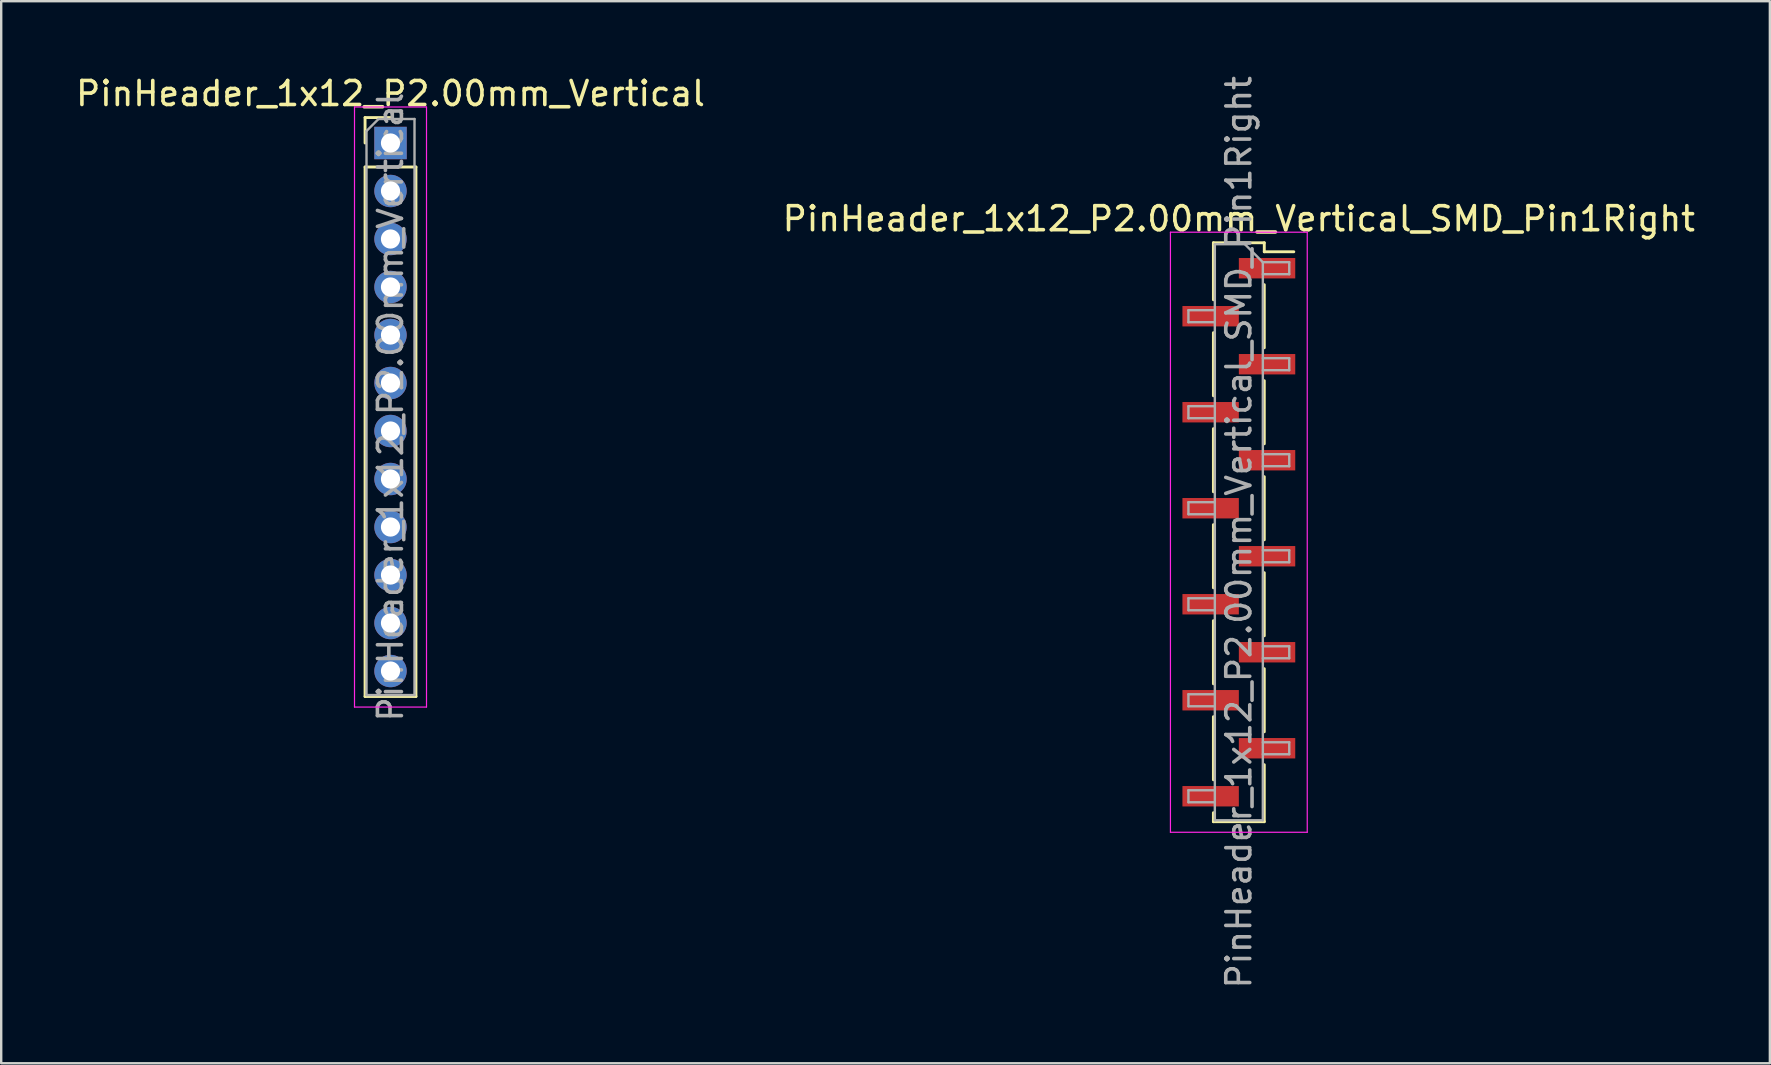
<source format=kicad_pcb>
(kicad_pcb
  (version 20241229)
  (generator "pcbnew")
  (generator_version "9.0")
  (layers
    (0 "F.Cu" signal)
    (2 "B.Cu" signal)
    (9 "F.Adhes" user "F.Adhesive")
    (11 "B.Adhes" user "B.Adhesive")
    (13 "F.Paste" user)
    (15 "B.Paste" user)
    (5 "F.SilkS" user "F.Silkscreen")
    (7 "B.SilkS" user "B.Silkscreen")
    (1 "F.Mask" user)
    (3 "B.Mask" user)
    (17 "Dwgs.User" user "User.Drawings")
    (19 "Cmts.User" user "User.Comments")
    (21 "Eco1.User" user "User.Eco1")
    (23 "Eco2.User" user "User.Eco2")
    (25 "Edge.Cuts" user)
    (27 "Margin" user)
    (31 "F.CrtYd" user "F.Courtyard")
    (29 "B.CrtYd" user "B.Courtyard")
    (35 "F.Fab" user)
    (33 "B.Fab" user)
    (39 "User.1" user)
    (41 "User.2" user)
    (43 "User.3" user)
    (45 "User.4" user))
  (footprint "PinHeader_1x12_P2.00mm_Vertical"
    (layer "F.Cu")
    (at 13.22 2.908)
    (property "Reference" "PinHeader_1x12_P2.00mm_Vertical" (at 0 -2.06 0) (layer "F.SilkS") (effects (font (size 1 1) (thickness 0.15))))
    (attr through_hole)
    (fp_line (start -1.06 -1.06) (end 0 -1.06) (stroke (width 0.12) (type solid)) (layer "F.SilkS"))
    (fp_line (start -1.06 0) (end -1.06 -1.06) (stroke (width 0.12) (type solid)) (layer "F.SilkS"))
    (fp_line (start -1.06 1) (end -1.06 23.06) (stroke (width 0.12) (type solid)) (layer "F.SilkS"))
    (fp_line (start -1.06 1) (end 1.06 1) (stroke (width 0.12) (type solid)) (layer "F.SilkS"))
    (fp_line (start -1.06 23.06) (end 1.06 23.06) (stroke (width 0.12) (type solid)) (layer "F.SilkS"))
    (fp_line (start 1.06 1) (end 1.06 23.06) (stroke (width 0.12) (type solid)) (layer "F.SilkS"))
    (fp_line (start -1.5 -1.5) (end -1.5 23.5) (stroke (width 0.05) (type solid)) (layer "F.CrtYd"))
    (fp_line (start -1.5 23.5) (end 1.5 23.5) (stroke (width 0.05) (type solid)) (layer "F.CrtYd"))
    (fp_line (start 1.5 -1.5) (end -1.5 -1.5) (stroke (width 0.05) (type solid)) (layer "F.CrtYd"))
    (fp_line (start 1.5 23.5) (end 1.5 -1.5) (stroke (width 0.05) (type solid)) (layer "F.CrtYd"))
    (fp_line (start -1 -0.5) (end -0.5 -1) (stroke (width 0.1) (type solid)) (layer "F.Fab"))
    (fp_line (start -1 23) (end -1 -0.5) (stroke (width 0.1) (type solid)) (layer "F.Fab"))
    (fp_line (start -0.5 -1) (end 1 -1) (stroke (width 0.1) (type solid)) (layer "F.Fab"))
    (fp_line (start 1 -1) (end 1 23) (stroke (width 0.1) (type solid)) (layer "F.Fab"))
    (fp_line (start 1 23) (end -1 23) (stroke (width 0.1) (type solid)) (layer "F.Fab"))
    (fp_text user "${REFERENCE}" (at 0 11 90) (layer "F.Fab") (effects (font (size 1 1) (thickness 0.15))))
    (pad "1" thru_hole rect (at 0 0) (size 1.35 1.35) (drill 0.8) (layers "*.Cu" "*.Mask"))
    (pad "2" thru_hole oval (at 0 2) (size 1.35 1.35) (drill 0.8) (layers "*.Cu" "*.Mask"))
    (pad "3" thru_hole oval (at 0 4) (size 1.35 1.35) (drill 0.8) (layers "*.Cu" "*.Mask"))
    (pad "4" thru_hole oval (at 0 6) (size 1.35 1.35) (drill 0.8) (layers "*.Cu" "*.Mask"))
    (pad "5" thru_hole oval (at 0 8) (size 1.35 1.35) (drill 0.8) (layers "*.Cu" "*.Mask"))
    (pad "6" thru_hole oval (at 0 10) (size 1.35 1.35) (drill 0.8) (layers "*.Cu" "*.Mask"))
    (pad "7" thru_hole oval (at 0 12) (size 1.35 1.35) (drill 0.8) (layers "*.Cu" "*.Mask"))
    (pad "8" thru_hole oval (at 0 14) (size 1.35 1.35) (drill 0.8) (layers "*.Cu" "*.Mask"))
    (pad "9" thru_hole oval (at 0 16) (size 1.35 1.35) (drill 0.8) (layers "*.Cu" "*.Mask"))
    (pad "10" thru_hole oval (at 0 18) (size 1.35 1.35) (drill 0.8) (layers "*.Cu" "*.Mask"))
    (pad "11" thru_hole oval (at 0 20) (size 1.35 1.35) (drill 0.8) (layers "*.Cu" "*.Mask"))
    (pad "12" thru_hole oval (at 0 22) (size 1.35 1.35) (drill 0.8) (layers "*.Cu" "*.Mask")))
  (footprint "PinHeader_1x12_P2.00mm_Vertical_SMD_Pin1Right"
    (layer "F.Cu")
    (at 48.565 19.125)
    (property "Reference" "PinHeader_1x12_P2.00mm_Vertical_SMD_Pin1Right" (at 0 -13.06 0) (layer "F.SilkS") (effects (font (size 1 1) (thickness 0.15))))
    (attr smd)
    (fp_line (start -1.06 -12.06) (end -1.06 -9.685) (stroke (width 0.12) (type solid)) (layer "F.SilkS"))
    (fp_line (start -1.06 -12.06) (end 1.06 -12.06) (stroke (width 0.12) (type solid)) (layer "F.SilkS"))
    (fp_line (start -1.06 -8.315) (end -1.06 -5.685) (stroke (width 0.12) (type solid)) (layer "F.SilkS"))
    (fp_line (start -1.06 -4.315) (end -1.06 -1.685) (stroke (width 0.12) (type solid)) (layer "F.SilkS"))
    (fp_line (start -1.06 -0.315) (end -1.06 2.315) (stroke (width 0.12) (type solid)) (layer "F.SilkS"))
    (fp_line (start -1.06 3.685) (end -1.06 6.315) (stroke (width 0.12) (type solid)) (layer "F.SilkS"))
    (fp_line (start -1.06 7.685) (end -1.06 10.315) (stroke (width 0.12) (type solid)) (layer "F.SilkS"))
    (fp_line (start -1.06 11.685) (end -1.06 12.06) (stroke (width 0.12) (type solid)) (layer "F.SilkS"))
    (fp_line (start -1.06 12.06) (end 1.06 12.06) (stroke (width 0.12) (type solid)) (layer "F.SilkS"))
    (fp_line (start 1.06 -12.06) (end 1.06 -11.685) (stroke (width 0.12) (type solid)) (layer "F.SilkS"))
    (fp_line (start 1.06 -11.685) (end 2.29 -11.685) (stroke (width 0.12) (type solid)) (layer "F.SilkS"))
    (fp_line (start 1.06 -10.315) (end 1.06 -7.685) (stroke (width 0.12) (type solid)) (layer "F.SilkS"))
    (fp_line (start 1.06 -6.315) (end 1.06 -3.685) (stroke (width 0.12) (type solid)) (layer "F.SilkS"))
    (fp_line (start 1.06 -2.315) (end 1.06 0.315) (stroke (width 0.12) (type solid)) (layer "F.SilkS"))
    (fp_line (start 1.06 1.685) (end 1.06 4.315) (stroke (width 0.12) (type solid)) (layer "F.SilkS"))
    (fp_line (start 1.06 5.685) (end 1.06 8.315) (stroke (width 0.12) (type solid)) (layer "F.SilkS"))
    (fp_line (start 1.06 9.685) (end 1.06 12.06) (stroke (width 0.12) (type solid)) (layer "F.SilkS"))
    (fp_line (start -2.85 -12.5) (end -2.85 12.5) (stroke (width 0.05) (type solid)) (layer "F.CrtYd"))
    (fp_line (start -2.85 12.5) (end 2.85 12.5) (stroke (width 0.05) (type solid)) (layer "F.CrtYd"))
    (fp_line (start 2.85 -12.5) (end -2.85 -12.5) (stroke (width 0.05) (type solid)) (layer "F.CrtYd"))
    (fp_line (start 2.85 12.5) (end 2.85 -12.5) (stroke (width 0.05) (type solid)) (layer "F.CrtYd"))
    (fp_line (start -2.1 -9.25) (end -2.1 -8.75) (stroke (width 0.1) (type solid)) (layer "F.Fab"))
    (fp_line (start -2.1 -8.75) (end -1 -8.75) (stroke (width 0.1) (type solid)) (layer "F.Fab"))
    (fp_line (start -2.1 -5.25) (end -2.1 -4.75) (stroke (width 0.1) (type solid)) (layer "F.Fab"))
    (fp_line (start -2.1 -4.75) (end -1 -4.75) (stroke (width 0.1) (type solid)) (layer "F.Fab"))
    (fp_line (start -2.1 -1.25) (end -2.1 -0.75) (stroke (width 0.1) (type solid)) (layer "F.Fab"))
    (fp_line (start -2.1 -0.75) (end -1 -0.75) (stroke (width 0.1) (type solid)) (layer "F.Fab"))
    (fp_line (start -2.1 2.75) (end -2.1 3.25) (stroke (width 0.1) (type solid)) (layer "F.Fab"))
    (fp_line (start -2.1 3.25) (end -1 3.25) (stroke (width 0.1) (type solid)) (layer "F.Fab"))
    (fp_line (start -2.1 6.75) (end -2.1 7.25) (stroke (width 0.1) (type solid)) (layer "F.Fab"))
    (fp_line (start -2.1 7.25) (end -1 7.25) (stroke (width 0.1) (type solid)) (layer "F.Fab"))
    (fp_line (start -2.1 10.75) (end -2.1 11.25) (stroke (width 0.1) (type solid)) (layer "F.Fab"))
    (fp_line (start -2.1 11.25) (end -1 11.25) (stroke (width 0.1) (type solid)) (layer "F.Fab"))
    (fp_line (start -1 -12) (end -1 12) (stroke (width 0.1) (type solid)) (layer "F.Fab"))
    (fp_line (start -1 -12) (end 0.25 -12) (stroke (width 0.1) (type solid)) (layer "F.Fab"))
    (fp_line (start -1 -9.25) (end -2.1 -9.25) (stroke (width 0.1) (type solid)) (layer "F.Fab"))
    (fp_line (start -1 -5.25) (end -2.1 -5.25) (stroke (width 0.1) (type solid)) (layer "F.Fab"))
    (fp_line (start -1 -1.25) (end -2.1 -1.25) (stroke (width 0.1) (type solid)) (layer "F.Fab"))
    (fp_line (start -1 2.75) (end -2.1 2.75) (stroke (width 0.1) (type solid)) (layer "F.Fab"))
    (fp_line (start -1 6.75) (end -2.1 6.75) (stroke (width 0.1) (type solid)) (layer "F.Fab"))
    (fp_line (start -1 10.75) (end -2.1 10.75) (stroke (width 0.1) (type solid)) (layer "F.Fab"))
    (fp_line (start 1 -11.25) (end 0.25 -12) (stroke (width 0.1) (type solid)) (layer "F.Fab"))
    (fp_line (start 1 -11.25) (end 2.1 -11.25) (stroke (width 0.1) (type solid)) (layer "F.Fab"))
    (fp_line (start 1 -7.25) (end 2.1 -7.25) (stroke (width 0.1) (type solid)) (layer "F.Fab"))
    (fp_line (start 1 -3.25) (end 2.1 -3.25) (stroke (width 0.1) (type solid)) (layer "F.Fab"))
    (fp_line (start 1 0.75) (end 2.1 0.75) (stroke (width 0.1) (type solid)) (layer "F.Fab"))
    (fp_line (start 1 4.75) (end 2.1 4.75) (stroke (width 0.1) (type solid)) (layer "F.Fab"))
    (fp_line (start 1 8.75) (end 2.1 8.75) (stroke (width 0.1) (type solid)) (layer "F.Fab"))
    (fp_line (start 1 12) (end -1 12) (stroke (width 0.1) (type solid)) (layer "F.Fab"))
    (fp_line (start 1 12) (end 1 -11.25) (stroke (width 0.1) (type solid)) (layer "F.Fab"))
    (fp_line (start 2.1 -11.25) (end 2.1 -10.75) (stroke (width 0.1) (type solid)) (layer "F.Fab"))
    (fp_line (start 2.1 -10.75) (end 1 -10.75) (stroke (width 0.1) (type solid)) (layer "F.Fab"))
    (fp_line (start 2.1 -7.25) (end 2.1 -6.75) (stroke (width 0.1) (type solid)) (layer "F.Fab"))
    (fp_line (start 2.1 -6.75) (end 1 -6.75) (stroke (width 0.1) (type solid)) (layer "F.Fab"))
    (fp_line (start 2.1 -3.25) (end 2.1 -2.75) (stroke (width 0.1) (type solid)) (layer "F.Fab"))
    (fp_line (start 2.1 -2.75) (end 1 -2.75) (stroke (width 0.1) (type solid)) (layer "F.Fab"))
    (fp_line (start 2.1 0.75) (end 2.1 1.25) (stroke (width 0.1) (type solid)) (layer "F.Fab"))
    (fp_line (start 2.1 1.25) (end 1 1.25) (stroke (width 0.1) (type solid)) (layer "F.Fab"))
    (fp_line (start 2.1 4.75) (end 2.1 5.25) (stroke (width 0.1) (type solid)) (layer "F.Fab"))
    (fp_line (start 2.1 5.25) (end 1 5.25) (stroke (width 0.1) (type solid)) (layer "F.Fab"))
    (fp_line (start 2.1 8.75) (end 2.1 9.25) (stroke (width 0.1) (type solid)) (layer "F.Fab"))
    (fp_line (start 2.1 9.25) (end 1 9.25) (stroke (width 0.1) (type solid)) (layer "F.Fab"))
    (fp_text user "${REFERENCE}" (at 0 0 90) (layer "F.Fab") (effects (font (size 1 1) (thickness 0.15))))
    (pad "1" smd rect (at 1.175 -11) (size 2.35 0.85) (layers "F.Cu" "F.Mask" "F.Paste"))
    (pad "2" smd rect (at -1.175 -9) (size 2.35 0.85) (layers "F.Cu" "F.Mask" "F.Paste"))
    (pad "3" smd rect (at 1.175 -7) (size 2.35 0.85) (layers "F.Cu" "F.Mask" "F.Paste"))
    (pad "4" smd rect (at -1.175 -5) (size 2.35 0.85) (layers "F.Cu" "F.Mask" "F.Paste"))
    (pad "5" smd rect (at 1.175 -3) (size 2.35 0.85) (layers "F.Cu" "F.Mask" "F.Paste"))
    (pad "6" smd rect (at -1.175 -1) (size 2.35 0.85) (layers "F.Cu" "F.Mask" "F.Paste"))
    (pad "7" smd rect (at 1.175 1) (size 2.35 0.85) (layers "F.Cu" "F.Mask" "F.Paste"))
    (pad "8" smd rect (at -1.175 3) (size 2.35 0.85) (layers "F.Cu" "F.Mask" "F.Paste"))
    (pad "9" smd rect (at 1.175 5) (size 2.35 0.85) (layers "F.Cu" "F.Mask" "F.Paste"))
    (pad "10" smd rect (at -1.175 7) (size 2.35 0.85) (layers "F.Cu" "F.Mask" "F.Paste"))
    (pad "11" smd rect (at 1.175 9) (size 2.35 0.85) (layers "F.Cu" "F.Mask" "F.Paste"))
    (pad "12" smd rect (at -1.175 11) (size 2.35 0.85) (layers "F.Cu" "F.Mask" "F.Paste")))
  (gr_rect
    (start -3 -3)
    (end 70.69 41.25)
    (stroke (width 0.1) (type default))
    (fill no)
    (layer "Edge.Cuts")))
</source>
